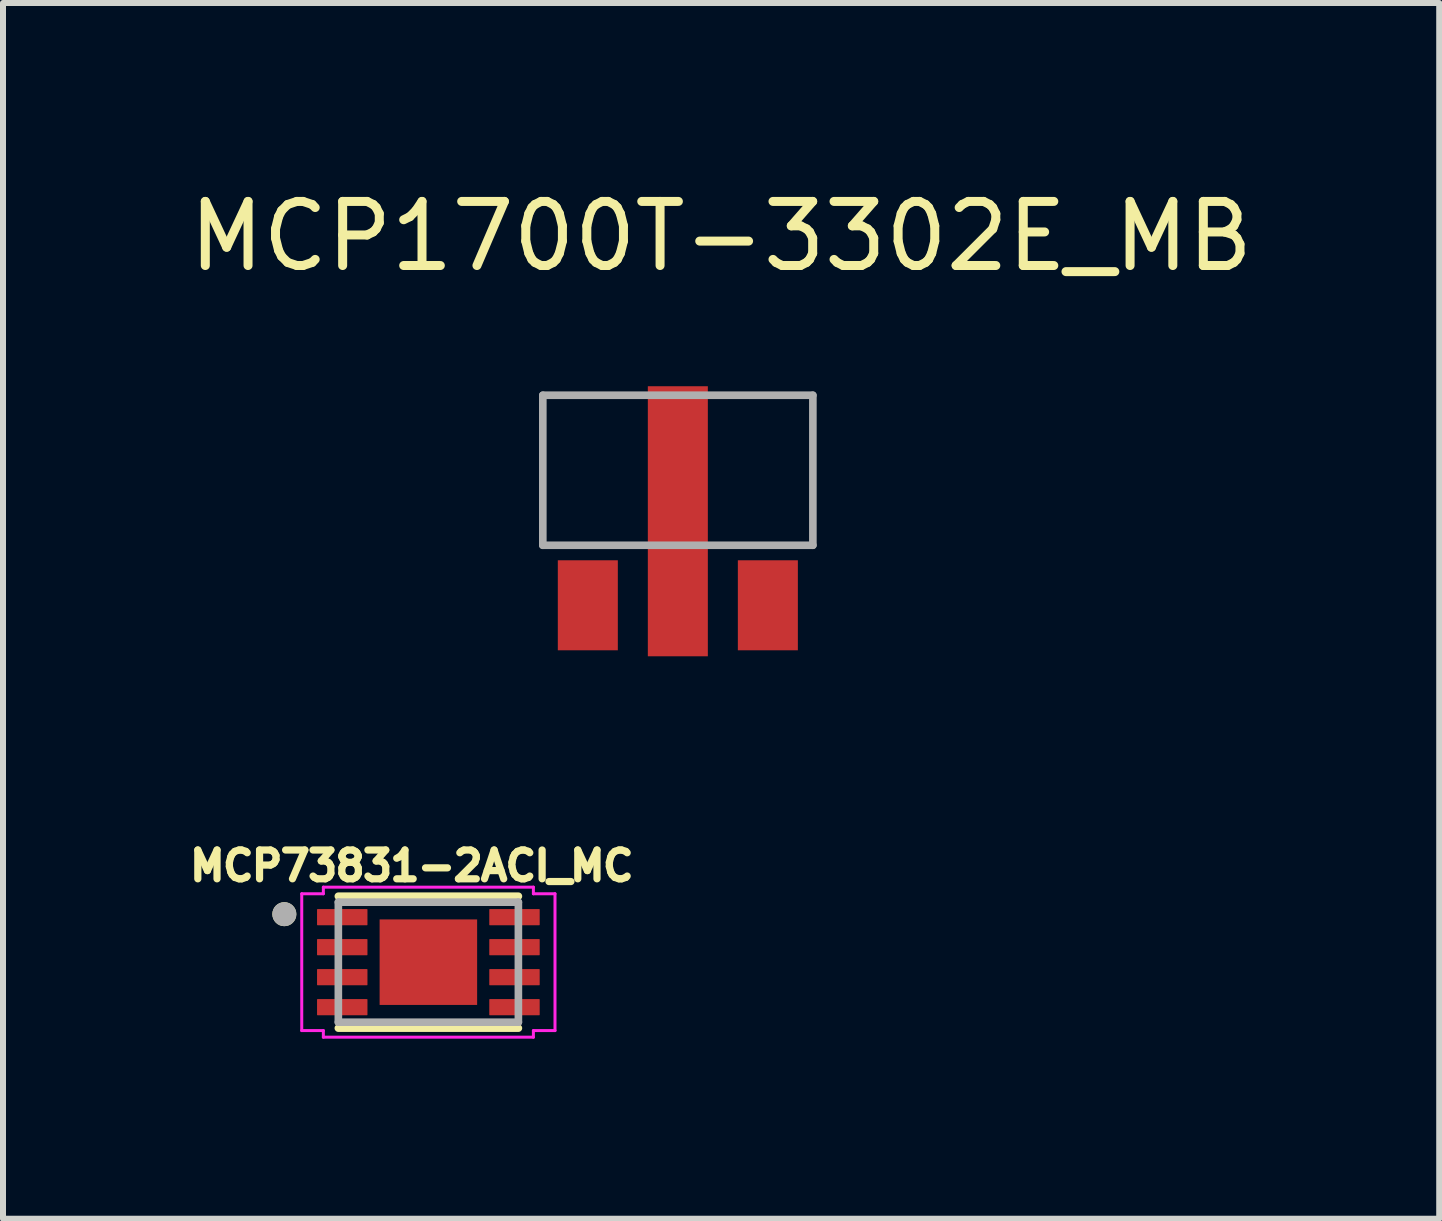
<source format=kicad_pcb>
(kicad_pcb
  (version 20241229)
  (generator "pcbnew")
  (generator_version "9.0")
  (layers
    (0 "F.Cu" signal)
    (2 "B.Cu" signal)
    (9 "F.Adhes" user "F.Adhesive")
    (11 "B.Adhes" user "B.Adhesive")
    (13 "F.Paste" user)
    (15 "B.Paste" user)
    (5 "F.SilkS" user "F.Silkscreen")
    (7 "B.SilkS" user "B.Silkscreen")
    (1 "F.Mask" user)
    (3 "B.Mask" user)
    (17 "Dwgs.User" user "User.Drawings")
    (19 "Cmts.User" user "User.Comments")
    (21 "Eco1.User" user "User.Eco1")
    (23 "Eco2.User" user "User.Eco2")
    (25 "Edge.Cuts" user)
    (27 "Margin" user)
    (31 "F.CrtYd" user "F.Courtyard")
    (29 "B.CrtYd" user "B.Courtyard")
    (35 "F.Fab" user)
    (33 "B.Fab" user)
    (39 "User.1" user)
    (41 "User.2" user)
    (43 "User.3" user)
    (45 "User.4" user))
  (footprint "MCP73831-2ACI_MC"
    (layer "F.Cu")
    (at 4.088 12.983)
    (property "Reference" "MCP73831-2ACI_MC" (at -0.276 -1.605 0) (layer "F.SilkS") (effects (font (size 0.48 0.48) (thickness 0.15))))
    (attr smd)
    (fp_line (start -1.5 -1.099) (end 1.5 -1.099) (stroke (width 0.127) (type solid)) (layer "F.SilkS"))
    (fp_line (start -1.5 1.099) (end 1.5 1.099) (stroke (width 0.127) (type solid)) (layer "F.SilkS"))
    (fp_circle (center -2.4 -0.8) (end -2.3 -0.8) (stroke (width 0.2) (type solid)) (fill no) (layer "F.SilkS"))
    (fp_poly (pts (xy -0.665 -0.49) (xy -0.075 -0.49) (xy -0.075 0.49) (xy -0.665 0.49)) (stroke (width 0.01) (type solid)) (fill yes) (layer "F.Paste"))
    (fp_poly (pts (xy 0.075 -0.49) (xy 0.665 -0.49) (xy 0.665 0.49) (xy 0.075 0.49)) (stroke (width 0.01) (type solid)) (fill yes) (layer "F.Paste"))
    (fp_line (start -2.11 -1.14) (end -1.75 -1.14) (stroke (width 0.05) (type solid)) (layer "F.CrtYd"))
    (fp_line (start -2.11 1.14) (end -2.11 -1.14) (stroke (width 0.05) (type solid)) (layer "F.CrtYd"))
    (fp_line (start -1.75 -1.25) (end 1.75 -1.25) (stroke (width 0.05) (type solid)) (layer "F.CrtYd"))
    (fp_line (start -1.75 -1.14) (end -1.75 -1.25) (stroke (width 0.05) (type solid)) (layer "F.CrtYd"))
    (fp_line (start -1.75 1.14) (end -2.11 1.14) (stroke (width 0.05) (type solid)) (layer "F.CrtYd"))
    (fp_line (start -1.75 1.25) (end -1.75 1.14) (stroke (width 0.05) (type solid)) (layer "F.CrtYd"))
    (fp_line (start 1.75 -1.25) (end 1.75 -1.14) (stroke (width 0.05) (type solid)) (layer "F.CrtYd"))
    (fp_line (start 1.75 -1.14) (end 2.11 -1.14) (stroke (width 0.05) (type solid)) (layer "F.CrtYd"))
    (fp_line (start 1.75 1.14) (end 1.75 1.25) (stroke (width 0.05) (type solid)) (layer "F.CrtYd"))
    (fp_line (start 1.75 1.25) (end -1.75 1.25) (stroke (width 0.05) (type solid)) (layer "F.CrtYd"))
    (fp_line (start 2.11 -1.14) (end 2.11 1.14) (stroke (width 0.05) (type solid)) (layer "F.CrtYd"))
    (fp_line (start 2.11 1.14) (end 1.75 1.14) (stroke (width 0.05) (type solid)) (layer "F.CrtYd"))
    (fp_line (start -1.5 -1) (end 1.5 -1) (stroke (width 0.127) (type solid)) (layer "F.Fab"))
    (fp_line (start -1.5 1) (end -1.5 -1) (stroke (width 0.127) (type solid)) (layer "F.Fab"))
    (fp_line (start 1.5 -1) (end 1.5 1) (stroke (width 0.127) (type solid)) (layer "F.Fab"))
    (fp_line (start 1.5 1) (end -1.5 1) (stroke (width 0.127) (type solid)) (layer "F.Fab"))
    (fp_circle (center -2.4 -0.8) (end -2.3 -0.8) (stroke (width 0.2) (type solid)) (fill no) (layer "F.Fab"))
    (pad "1" smd roundrect (at -1.435 -0.75) (size 0.84 0.27) (layers "F.Cu" "F.Mask" "F.Paste") (roundrect_rratio 0.035))
    (pad "2" smd roundrect (at -1.435 -0.25) (size 0.84 0.27) (layers "F.Cu" "F.Mask" "F.Paste") (roundrect_rratio 0.035))
    (pad "3" smd roundrect (at -1.435 0.25) (size 0.84 0.27) (layers "F.Cu" "F.Mask" "F.Paste") (roundrect_rratio 0.035))
    (pad "4" smd roundrect (at -1.435 0.75) (size 0.84 0.27) (layers "F.Cu" "F.Mask" "F.Paste") (roundrect_rratio 0.035))
    (pad "5" smd roundrect (at 1.435 0.75) (size 0.84 0.27) (layers "F.Cu" "F.Mask" "F.Paste") (roundrect_rratio 0.035))
    (pad "6" smd roundrect (at 1.435 0.25) (size 0.84 0.27) (layers "F.Cu" "F.Mask" "F.Paste") (roundrect_rratio 0.035))
    (pad "7" smd roundrect (at 1.435 -0.25) (size 0.84 0.27) (layers "F.Cu" "F.Mask" "F.Paste") (roundrect_rratio 0.035))
    (pad "8" smd roundrect (at 1.435 -0.75) (size 0.84 0.27) (layers "F.Cu" "F.Mask" "F.Paste") (roundrect_rratio 0.035))
    (pad "9" smd rect (at 0 0) (size 1.625 1.425) (layers "F.Cu" "F.Mask")))
  (footprint "MCP1700T-3302E_MB"
    (layer "F.Cu")
    (at 8.245 5.036)
    (property "Reference" "MCP1700T-3302E_MB" (at 0.721 -4.148 0) (layer "F.SilkS") (effects (font (size 1.068 1.068) (thickness 0.15))))
    (attr smd)
    (fp_line (start -2.25 -1.5) (end -2.25 1) (stroke (width 0.127) (type solid)) (layer "F.Fab"))
    (fp_line (start -2.25 1) (end 2.25 1) (stroke (width 0.127) (type solid)) (layer "F.Fab"))
    (fp_line (start 2.25 -1.5) (end -2.25 -1.5) (stroke (width 0.127) (type solid)) (layer "F.Fab"))
    (fp_line (start 2.25 1) (end 2.25 -1.5) (stroke (width 0.127) (type solid)) (layer "F.Fab"))
    (pad "1" smd rect (at -1.5 2) (size 1 1.5) (layers "F.Cu" "F.Mask" "F.Paste"))
    (pad "2" smd rect (at 0 0.6) (size 1 4.5) (layers "F.Cu" "F.Mask" "F.Paste"))
    (pad "3" smd rect (at 1.5 2) (size 1 1.5) (layers "F.Cu" "F.Mask" "F.Paste")))
  (gr_rect
    (start -3 -3)
    (end 20.932 17.258)
    (stroke (width 0.1) (type default))
    (fill no)
    (layer "Edge.Cuts")))
</source>
